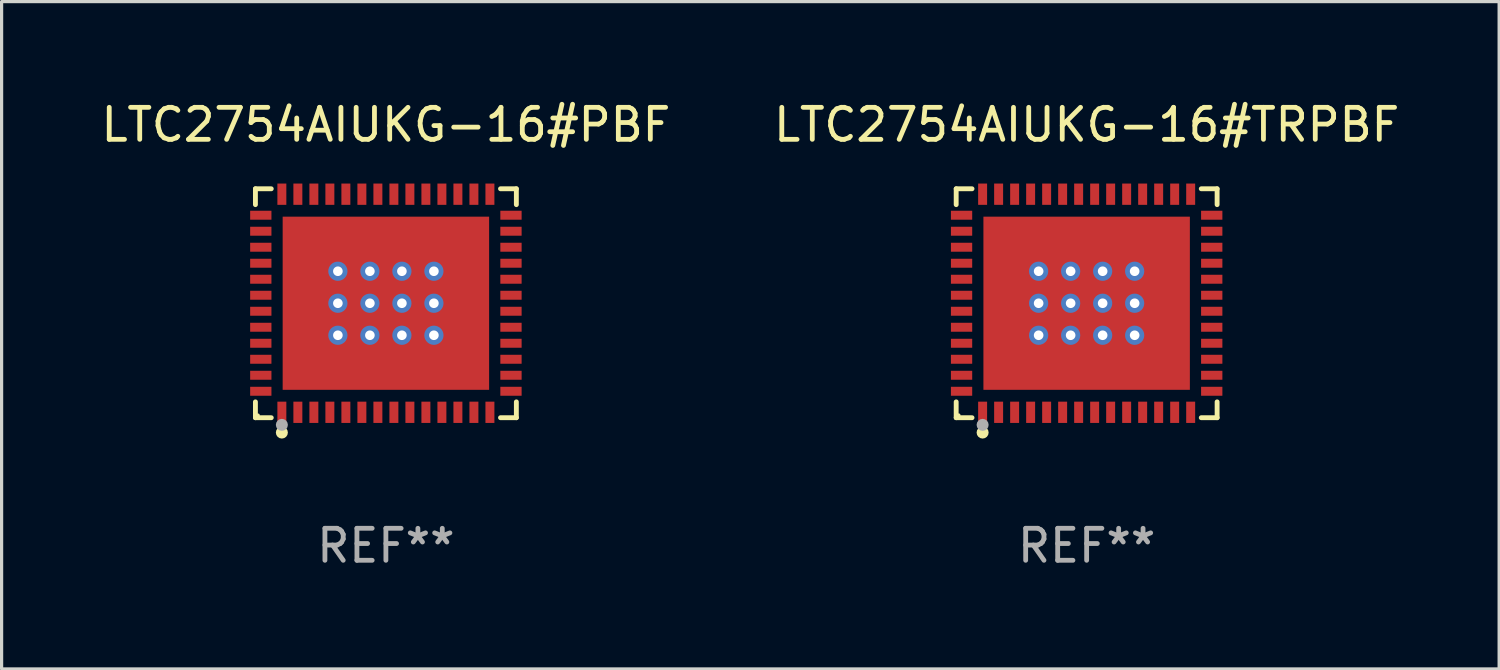
<source format=kicad_pcb>
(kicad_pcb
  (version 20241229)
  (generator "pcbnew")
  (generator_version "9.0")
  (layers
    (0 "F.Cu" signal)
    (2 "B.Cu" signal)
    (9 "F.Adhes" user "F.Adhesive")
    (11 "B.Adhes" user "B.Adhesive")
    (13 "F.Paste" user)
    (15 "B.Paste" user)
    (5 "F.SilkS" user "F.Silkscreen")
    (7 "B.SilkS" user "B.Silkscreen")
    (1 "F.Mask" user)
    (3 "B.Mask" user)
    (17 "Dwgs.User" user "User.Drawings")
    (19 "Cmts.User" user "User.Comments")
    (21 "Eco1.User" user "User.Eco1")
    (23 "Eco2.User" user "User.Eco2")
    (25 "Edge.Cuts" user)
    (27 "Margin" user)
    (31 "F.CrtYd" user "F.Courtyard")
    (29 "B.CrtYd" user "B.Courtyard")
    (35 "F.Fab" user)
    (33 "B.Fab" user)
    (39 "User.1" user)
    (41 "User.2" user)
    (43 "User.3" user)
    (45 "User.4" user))
  (footprint "LTC2754AIUKG-16#PBF"
    (layer "F.Cu")
    (at 9.006 6.424)
    (property "Reference" "LTC2754AIUKG-16#PBF" (at 0 -5.576 0) (layer "F.SilkS") (effects (font (size 1 1) (thickness 0.15))))
    (attr through_hole)
    (fp_line (start -4.076 -3.576) (end -3.581 -3.576) (stroke (width 0.152) (type solid)) (layer "F.SilkS"))
    (fp_line (start -4.076 -3.081) (end -4.076 -3.576) (stroke (width 0.152) (type solid)) (layer "F.SilkS"))
    (fp_line (start -4.076 3.081) (end -4.076 3.576) (stroke (width 0.152) (type solid)) (layer "F.SilkS"))
    (fp_line (start -4.076 3.576) (end -3.581 3.576) (stroke (width 0.152) (type solid)) (layer "F.SilkS"))
    (fp_line (start 4.076 -3.576) (end 3.581 -3.576) (stroke (width 0.152) (type solid)) (layer "F.SilkS"))
    (fp_line (start 4.076 -3.081) (end 4.076 -3.576) (stroke (width 0.152) (type solid)) (layer "F.SilkS"))
    (fp_line (start 4.076 3.081) (end 4.076 3.576) (stroke (width 0.152) (type solid)) (layer "F.SilkS"))
    (fp_line (start 4.076 3.576) (end 3.581 3.576) (stroke (width 0.152) (type solid)) (layer "F.SilkS"))
    (fp_circle (center -4 3.5) (end -3.97 3.5) (stroke (width 0.06) (type solid)) (fill no) (layer "F.SilkS"))
    (fp_circle (center -3.25 4.04) (end -3.156 4.04) (stroke (width 0.188) (type solid)) (fill no) (layer "F.SilkS"))
    (fp_circle (center -3.25 3.8) (end -3.156 3.8) (stroke (width 0.188) (type solid)) (fill no) (layer "F.Fab"))
    (fp_text user "REF**" (at 0 7.576 0) (layer "F.Fab") (effects (font (size 1 1) (thickness 0.15))))
    (pad "1" smd rect (at -3.25 3.407) (size 0.28 0.665) (layers "F.Cu" "F.Mask" "F.Paste"))
    (pad "2" smd rect (at -2.75 3.407) (size 0.28 0.665) (layers "F.Cu" "F.Mask" "F.Paste"))
    (pad "3" smd rect (at -2.25 3.407) (size 0.28 0.665) (layers "F.Cu" "F.Mask" "F.Paste"))
    (pad "4" smd rect (at -1.75 3.407) (size 0.28 0.665) (layers "F.Cu" "F.Mask" "F.Paste"))
    (pad "5" smd rect (at -1.25 3.407) (size 0.28 0.665) (layers "F.Cu" "F.Mask" "F.Paste"))
    (pad "6" smd rect (at -0.75 3.407) (size 0.28 0.665) (layers "F.Cu" "F.Mask" "F.Paste"))
    (pad "7" smd rect (at -0.25 3.407) (size 0.28 0.665) (layers "F.Cu" "F.Mask" "F.Paste"))
    (pad "8" smd rect (at 0.25 3.407) (size 0.28 0.665) (layers "F.Cu" "F.Mask" "F.Paste"))
    (pad "9" smd rect (at 0.75 3.407) (size 0.28 0.665) (layers "F.Cu" "F.Mask" "F.Paste"))
    (pad "10" smd rect (at 1.25 3.407) (size 0.28 0.665) (layers "F.Cu" "F.Mask" "F.Paste"))
    (pad "11" smd rect (at 1.75 3.407) (size 0.28 0.665) (layers "F.Cu" "F.Mask" "F.Paste"))
    (pad "12" smd rect (at 2.25 3.407) (size 0.28 0.665) (layers "F.Cu" "F.Mask" "F.Paste"))
    (pad "13" smd rect (at 2.75 3.407) (size 0.28 0.665) (layers "F.Cu" "F.Mask" "F.Paste"))
    (pad "14" smd rect (at 3.25 3.407) (size 0.28 0.665) (layers "F.Cu" "F.Mask" "F.Paste"))
    (pad "15" smd rect (at 3.908 2.75) (size 0.665 0.28) (layers "F.Cu" "F.Mask" "F.Paste"))
    (pad "16" smd rect (at 3.908 2.25) (size 0.665 0.28) (layers "F.Cu" "F.Mask" "F.Paste"))
    (pad "17" smd rect (at 3.908 1.75) (size 0.665 0.28) (layers "F.Cu" "F.Mask" "F.Paste"))
    (pad "18" smd rect (at 3.908 1.25) (size 0.665 0.28) (layers "F.Cu" "F.Mask" "F.Paste"))
    (pad "19" smd rect (at 3.908 0.75) (size 0.665 0.28) (layers "F.Cu" "F.Mask" "F.Paste"))
    (pad "20" smd rect (at 3.908 0.25) (size 0.665 0.28) (layers "F.Cu" "F.Mask" "F.Paste"))
    (pad "21" smd rect (at 3.908 -0.25) (size 0.665 0.28) (layers "F.Cu" "F.Mask" "F.Paste"))
    (pad "22" smd rect (at 3.908 -0.75) (size 0.665 0.28) (layers "F.Cu" "F.Mask" "F.Paste"))
    (pad "23" smd rect (at 3.908 -1.25) (size 0.665 0.28) (layers "F.Cu" "F.Mask" "F.Paste"))
    (pad "24" smd rect (at 3.908 -1.75) (size 0.665 0.28) (layers "F.Cu" "F.Mask" "F.Paste"))
    (pad "25" smd rect (at 3.908 -2.25) (size 0.665 0.28) (layers "F.Cu" "F.Mask" "F.Paste"))
    (pad "26" smd rect (at 3.908 -2.75) (size 0.665 0.28) (layers "F.Cu" "F.Mask" "F.Paste"))
    (pad "27" smd rect (at 3.25 -3.407) (size 0.28 0.665) (layers "F.Cu" "F.Mask" "F.Paste"))
    (pad "28" smd rect (at 2.75 -3.407) (size 0.28 0.665) (layers "F.Cu" "F.Mask" "F.Paste"))
    (pad "29" smd rect (at 2.25 -3.407) (size 0.28 0.665) (layers "F.Cu" "F.Mask" "F.Paste"))
    (pad "30" smd rect (at 1.75 -3.407) (size 0.28 0.665) (layers "F.Cu" "F.Mask" "F.Paste"))
    (pad "31" smd rect (at 1.25 -3.407) (size 0.28 0.665) (layers "F.Cu" "F.Mask" "F.Paste"))
    (pad "32" smd rect (at 0.75 -3.407) (size 0.28 0.665) (layers "F.Cu" "F.Mask" "F.Paste"))
    (pad "33" smd rect (at 0.25 -3.407) (size 0.28 0.665) (layers "F.Cu" "F.Mask" "F.Paste"))
    (pad "34" smd rect (at -0.25 -3.407) (size 0.28 0.665) (layers "F.Cu" "F.Mask" "F.Paste"))
    (pad "35" smd rect (at -0.75 -3.407) (size 0.28 0.665) (layers "F.Cu" "F.Mask" "F.Paste"))
    (pad "36" smd rect (at -1.25 -3.407) (size 0.28 0.665) (layers "F.Cu" "F.Mask" "F.Paste"))
    (pad "37" smd rect (at -1.75 -3.407) (size 0.28 0.665) (layers "F.Cu" "F.Mask" "F.Paste"))
    (pad "38" smd rect (at -2.25 -3.407) (size 0.28 0.665) (layers "F.Cu" "F.Mask" "F.Paste"))
    (pad "39" smd rect (at -2.75 -3.407) (size 0.28 0.665) (layers "F.Cu" "F.Mask" "F.Paste"))
    (pad "40" smd rect (at -3.25 -3.407) (size 0.28 0.665) (layers "F.Cu" "F.Mask" "F.Paste"))
    (pad "41" smd rect (at -3.908 -2.75) (size 0.665 0.28) (layers "F.Cu" "F.Mask" "F.Paste"))
    (pad "42" smd rect (at -3.908 -2.25) (size 0.665 0.28) (layers "F.Cu" "F.Mask" "F.Paste"))
    (pad "43" smd rect (at -3.908 -1.75) (size 0.665 0.28) (layers "F.Cu" "F.Mask" "F.Paste"))
    (pad "44" smd rect (at -3.908 -1.25) (size 0.665 0.28) (layers "F.Cu" "F.Mask" "F.Paste"))
    (pad "45" smd rect (at -3.908 -0.75) (size 0.665 0.28) (layers "F.Cu" "F.Mask" "F.Paste"))
    (pad "46" smd rect (at -3.908 -0.25) (size 0.665 0.28) (layers "F.Cu" "F.Mask" "F.Paste"))
    (pad "47" smd rect (at -3.908 0.25) (size 0.665 0.28) (layers "F.Cu" "F.Mask" "F.Paste"))
    (pad "48" smd rect (at -3.908 0.75) (size 0.665 0.28) (layers "F.Cu" "F.Mask" "F.Paste"))
    (pad "49" smd rect (at -3.908 1.25) (size 0.665 0.28) (layers "F.Cu" "F.Mask" "F.Paste"))
    (pad "50" smd rect (at -3.908 1.75) (size 0.665 0.28) (layers "F.Cu" "F.Mask" "F.Paste"))
    (pad "51" smd rect (at -3.908 2.25) (size 0.665 0.28) (layers "F.Cu" "F.Mask" "F.Paste"))
    (pad "52" smd rect (at -3.908 2.75) (size 0.665 0.28) (layers "F.Cu" "F.Mask" "F.Paste"))
    (pad "53" thru_hole circle (at -1.5 -1) (size 0.6 0.6) (drill 0.3) (layers "*.Cu" "*.Mask"))
    (pad "53" thru_hole circle (at -1.5 0) (size 0.6 0.6) (drill 0.3) (layers "*.Cu" "*.Mask"))
    (pad "53" thru_hole circle (at -1.5 1) (size 0.6 0.6) (drill 0.3) (layers "*.Cu" "*.Mask"))
    (pad "53" thru_hole circle (at -0.5 -1) (size 0.6 0.6) (drill 0.3) (layers "*.Cu" "*.Mask"))
    (pad "53" thru_hole circle (at -0.5 0) (size 0.6 0.6) (drill 0.3) (layers "*.Cu" "*.Mask"))
    (pad "53" thru_hole circle (at -0.5 1) (size 0.6 0.6) (drill 0.3) (layers "*.Cu" "*.Mask"))
    (pad "53" smd rect (at 0 0) (size 6.45 5.41) (layers "F.Cu" "F.Mask" "F.Paste"))
    (pad "53" thru_hole circle (at 0.5 -1) (size 0.6 0.6) (drill 0.3) (layers "*.Cu" "*.Mask"))
    (pad "53" thru_hole circle (at 0.5 0) (size 0.6 0.6) (drill 0.3) (layers "*.Cu" "*.Mask"))
    (pad "53" thru_hole circle (at 0.5 1) (size 0.6 0.6) (drill 0.3) (layers "*.Cu" "*.Mask"))
    (pad "53" thru_hole circle (at 1.5 -1) (size 0.6 0.6) (drill 0.3) (layers "*.Cu" "*.Mask"))
    (pad "53" thru_hole circle (at 1.5 0) (size 0.6 0.6) (drill 0.3) (layers "*.Cu" "*.Mask"))
    (pad "53" thru_hole circle (at 1.5 1) (size 0.6 0.6) (drill 0.3) (layers "*.Cu" "*.Mask")))
  (footprint "LTC2754AIUKG-16#TRPBF"
    (layer "F.Cu")
    (at 30.899 6.424)
    (property "Reference" "LTC2754AIUKG-16#TRPBF" (at 0 -5.576 0) (layer "F.SilkS") (effects (font (size 1 1) (thickness 0.15))))
    (attr through_hole)
    (fp_line (start -4.076 -3.576) (end -3.581 -3.576) (stroke (width 0.152) (type solid)) (layer "F.SilkS"))
    (fp_line (start -4.076 -3.081) (end -4.076 -3.576) (stroke (width 0.152) (type solid)) (layer "F.SilkS"))
    (fp_line (start -4.076 3.081) (end -4.076 3.576) (stroke (width 0.152) (type solid)) (layer "F.SilkS"))
    (fp_line (start -4.076 3.576) (end -3.581 3.576) (stroke (width 0.152) (type solid)) (layer "F.SilkS"))
    (fp_line (start 4.076 -3.576) (end 3.581 -3.576) (stroke (width 0.152) (type solid)) (layer "F.SilkS"))
    (fp_line (start 4.076 -3.081) (end 4.076 -3.576) (stroke (width 0.152) (type solid)) (layer "F.SilkS"))
    (fp_line (start 4.076 3.081) (end 4.076 3.576) (stroke (width 0.152) (type solid)) (layer "F.SilkS"))
    (fp_line (start 4.076 3.576) (end 3.581 3.576) (stroke (width 0.152) (type solid)) (layer "F.SilkS"))
    (fp_circle (center -4 3.5) (end -3.97 3.5) (stroke (width 0.06) (type solid)) (fill no) (layer "F.SilkS"))
    (fp_circle (center -3.25 4.04) (end -3.156 4.04) (stroke (width 0.188) (type solid)) (fill no) (layer "F.SilkS"))
    (fp_circle (center -3.25 3.8) (end -3.156 3.8) (stroke (width 0.188) (type solid)) (fill no) (layer "F.Fab"))
    (fp_text user "REF**" (at 0 7.576 0) (layer "F.Fab") (effects (font (size 1 1) (thickness 0.15))))
    (pad "1" smd rect (at -3.25 3.407) (size 0.28 0.665) (layers "F.Cu" "F.Mask" "F.Paste"))
    (pad "2" smd rect (at -2.75 3.407) (size 0.28 0.665) (layers "F.Cu" "F.Mask" "F.Paste"))
    (pad "3" smd rect (at -2.25 3.407) (size 0.28 0.665) (layers "F.Cu" "F.Mask" "F.Paste"))
    (pad "4" smd rect (at -1.75 3.407) (size 0.28 0.665) (layers "F.Cu" "F.Mask" "F.Paste"))
    (pad "5" smd rect (at -1.25 3.407) (size 0.28 0.665) (layers "F.Cu" "F.Mask" "F.Paste"))
    (pad "6" smd rect (at -0.75 3.407) (size 0.28 0.665) (layers "F.Cu" "F.Mask" "F.Paste"))
    (pad "7" smd rect (at -0.25 3.407) (size 0.28 0.665) (layers "F.Cu" "F.Mask" "F.Paste"))
    (pad "8" smd rect (at 0.25 3.407) (size 0.28 0.665) (layers "F.Cu" "F.Mask" "F.Paste"))
    (pad "9" smd rect (at 0.75 3.407) (size 0.28 0.665) (layers "F.Cu" "F.Mask" "F.Paste"))
    (pad "10" smd rect (at 1.25 3.407) (size 0.28 0.665) (layers "F.Cu" "F.Mask" "F.Paste"))
    (pad "11" smd rect (at 1.75 3.407) (size 0.28 0.665) (layers "F.Cu" "F.Mask" "F.Paste"))
    (pad "12" smd rect (at 2.25 3.407) (size 0.28 0.665) (layers "F.Cu" "F.Mask" "F.Paste"))
    (pad "13" smd rect (at 2.75 3.407) (size 0.28 0.665) (layers "F.Cu" "F.Mask" "F.Paste"))
    (pad "14" smd rect (at 3.25 3.407) (size 0.28 0.665) (layers "F.Cu" "F.Mask" "F.Paste"))
    (pad "15" smd rect (at 3.908 2.75) (size 0.665 0.28) (layers "F.Cu" "F.Mask" "F.Paste"))
    (pad "16" smd rect (at 3.908 2.25) (size 0.665 0.28) (layers "F.Cu" "F.Mask" "F.Paste"))
    (pad "17" smd rect (at 3.908 1.75) (size 0.665 0.28) (layers "F.Cu" "F.Mask" "F.Paste"))
    (pad "18" smd rect (at 3.908 1.25) (size 0.665 0.28) (layers "F.Cu" "F.Mask" "F.Paste"))
    (pad "19" smd rect (at 3.908 0.75) (size 0.665 0.28) (layers "F.Cu" "F.Mask" "F.Paste"))
    (pad "20" smd rect (at 3.908 0.25) (size 0.665 0.28) (layers "F.Cu" "F.Mask" "F.Paste"))
    (pad "21" smd rect (at 3.908 -0.25) (size 0.665 0.28) (layers "F.Cu" "F.Mask" "F.Paste"))
    (pad "22" smd rect (at 3.908 -0.75) (size 0.665 0.28) (layers "F.Cu" "F.Mask" "F.Paste"))
    (pad "23" smd rect (at 3.908 -1.25) (size 0.665 0.28) (layers "F.Cu" "F.Mask" "F.Paste"))
    (pad "24" smd rect (at 3.908 -1.75) (size 0.665 0.28) (layers "F.Cu" "F.Mask" "F.Paste"))
    (pad "25" smd rect (at 3.908 -2.25) (size 0.665 0.28) (layers "F.Cu" "F.Mask" "F.Paste"))
    (pad "26" smd rect (at 3.908 -2.75) (size 0.665 0.28) (layers "F.Cu" "F.Mask" "F.Paste"))
    (pad "27" smd rect (at 3.25 -3.407) (size 0.28 0.665) (layers "F.Cu" "F.Mask" "F.Paste"))
    (pad "28" smd rect (at 2.75 -3.407) (size 0.28 0.665) (layers "F.Cu" "F.Mask" "F.Paste"))
    (pad "29" smd rect (at 2.25 -3.407) (size 0.28 0.665) (layers "F.Cu" "F.Mask" "F.Paste"))
    (pad "30" smd rect (at 1.75 -3.407) (size 0.28 0.665) (layers "F.Cu" "F.Mask" "F.Paste"))
    (pad "31" smd rect (at 1.25 -3.407) (size 0.28 0.665) (layers "F.Cu" "F.Mask" "F.Paste"))
    (pad "32" smd rect (at 0.75 -3.407) (size 0.28 0.665) (layers "F.Cu" "F.Mask" "F.Paste"))
    (pad "33" smd rect (at 0.25 -3.407) (size 0.28 0.665) (layers "F.Cu" "F.Mask" "F.Paste"))
    (pad "34" smd rect (at -0.25 -3.407) (size 0.28 0.665) (layers "F.Cu" "F.Mask" "F.Paste"))
    (pad "35" smd rect (at -0.75 -3.407) (size 0.28 0.665) (layers "F.Cu" "F.Mask" "F.Paste"))
    (pad "36" smd rect (at -1.25 -3.407) (size 0.28 0.665) (layers "F.Cu" "F.Mask" "F.Paste"))
    (pad "37" smd rect (at -1.75 -3.407) (size 0.28 0.665) (layers "F.Cu" "F.Mask" "F.Paste"))
    (pad "38" smd rect (at -2.25 -3.407) (size 0.28 0.665) (layers "F.Cu" "F.Mask" "F.Paste"))
    (pad "39" smd rect (at -2.75 -3.407) (size 0.28 0.665) (layers "F.Cu" "F.Mask" "F.Paste"))
    (pad "40" smd rect (at -3.25 -3.407) (size 0.28 0.665) (layers "F.Cu" "F.Mask" "F.Paste"))
    (pad "41" smd rect (at -3.908 -2.75) (size 0.665 0.28) (layers "F.Cu" "F.Mask" "F.Paste"))
    (pad "42" smd rect (at -3.908 -2.25) (size 0.665 0.28) (layers "F.Cu" "F.Mask" "F.Paste"))
    (pad "43" smd rect (at -3.908 -1.75) (size 0.665 0.28) (layers "F.Cu" "F.Mask" "F.Paste"))
    (pad "44" smd rect (at -3.908 -1.25) (size 0.665 0.28) (layers "F.Cu" "F.Mask" "F.Paste"))
    (pad "45" smd rect (at -3.908 -0.75) (size 0.665 0.28) (layers "F.Cu" "F.Mask" "F.Paste"))
    (pad "46" smd rect (at -3.908 -0.25) (size 0.665 0.28) (layers "F.Cu" "F.Mask" "F.Paste"))
    (pad "47" smd rect (at -3.908 0.25) (size 0.665 0.28) (layers "F.Cu" "F.Mask" "F.Paste"))
    (pad "48" smd rect (at -3.908 0.75) (size 0.665 0.28) (layers "F.Cu" "F.Mask" "F.Paste"))
    (pad "49" smd rect (at -3.908 1.25) (size 0.665 0.28) (layers "F.Cu" "F.Mask" "F.Paste"))
    (pad "50" smd rect (at -3.908 1.75) (size 0.665 0.28) (layers "F.Cu" "F.Mask" "F.Paste"))
    (pad "51" smd rect (at -3.908 2.25) (size 0.665 0.28) (layers "F.Cu" "F.Mask" "F.Paste"))
    (pad "52" smd rect (at -3.908 2.75) (size 0.665 0.28) (layers "F.Cu" "F.Mask" "F.Paste"))
    (pad "53" thru_hole circle (at -1.5 -1) (size 0.6 0.6) (drill 0.3) (layers "*.Cu" "*.Mask"))
    (pad "53" thru_hole circle (at -1.5 0) (size 0.6 0.6) (drill 0.3) (layers "*.Cu" "*.Mask"))
    (pad "53" thru_hole circle (at -1.5 1) (size 0.6 0.6) (drill 0.3) (layers "*.Cu" "*.Mask"))
    (pad "53" thru_hole circle (at -0.5 -1) (size 0.6 0.6) (drill 0.3) (layers "*.Cu" "*.Mask"))
    (pad "53" thru_hole circle (at -0.5 0) (size 0.6 0.6) (drill 0.3) (layers "*.Cu" "*.Mask"))
    (pad "53" thru_hole circle (at -0.5 1) (size 0.6 0.6) (drill 0.3) (layers "*.Cu" "*.Mask"))
    (pad "53" smd rect (at 0 0) (size 6.45 5.41) (layers "F.Cu" "F.Mask" "F.Paste"))
    (pad "53" thru_hole circle (at 0.5 -1) (size 0.6 0.6) (drill 0.3) (layers "*.Cu" "*.Mask"))
    (pad "53" thru_hole circle (at 0.5 0) (size 0.6 0.6) (drill 0.3) (layers "*.Cu" "*.Mask"))
    (pad "53" thru_hole circle (at 0.5 1) (size 0.6 0.6) (drill 0.3) (layers "*.Cu" "*.Mask"))
    (pad "53" thru_hole circle (at 1.5 -1) (size 0.6 0.6) (drill 0.3) (layers "*.Cu" "*.Mask"))
    (pad "53" thru_hole circle (at 1.5 0) (size 0.6 0.6) (drill 0.3) (layers "*.Cu" "*.Mask"))
    (pad "53" thru_hole circle (at 1.5 1) (size 0.6 0.6) (drill 0.3) (layers "*.Cu" "*.Mask")))
  (gr_rect
    (start -3 -3)
    (end 43.786 17.849)
    (stroke (width 0.1) (type default))
    (fill no)
    (layer "Edge.Cuts")))
</source>
